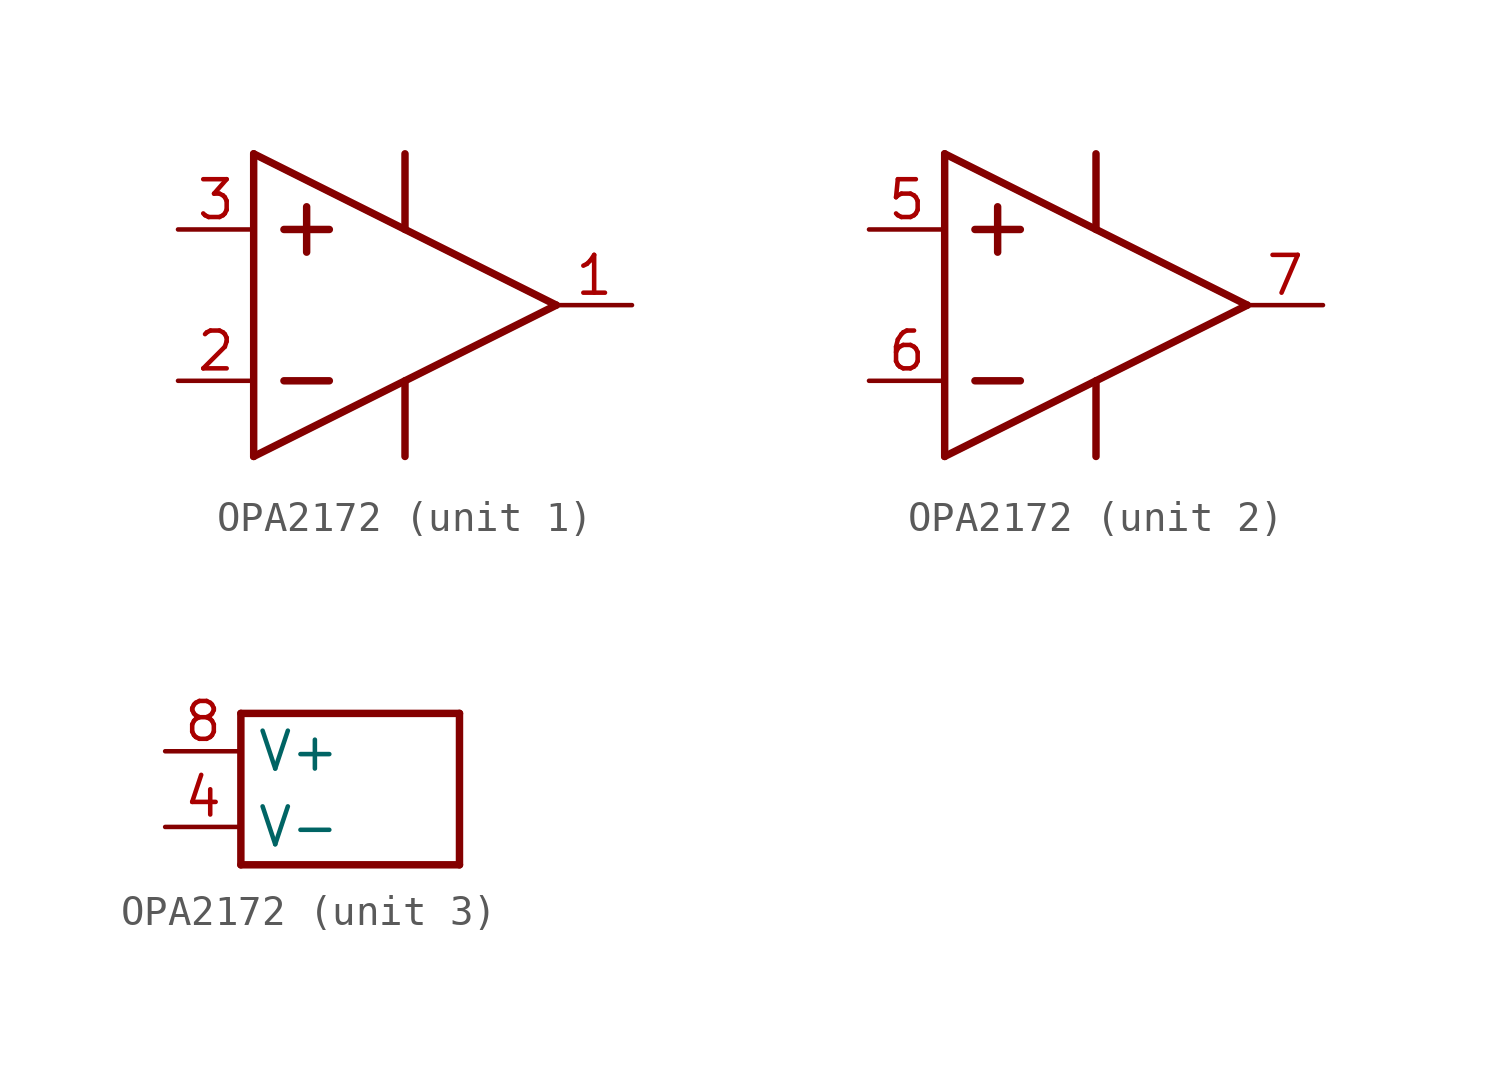
<source format=kicad_sym>
(kicad_symbol_lib
  (version 20231120)
  (generator "kicad_symbol_editor")
  (generator_version "8.0")
  (symbol "OPA2172"
    (property "Reference" "U"
      (at 0 0 0)
      (effects (font (size 1.27 1.27)) (hide yes)))
    (property "ki_locked" ""
      (at 0 0 0)
      (effects (font (size 1.27 1.27))))
    (symbol "OPA2172_1_0"
      (polyline (pts (xy -5.08 -5.08) (xy -5.08 5.08)) (stroke (width 0.25) (type solid)) (fill (type none)))
      (polyline (pts (xy -5.08 -5.08) (xy 5.08 0)) (stroke (width 0.25) (type solid)) (fill (type none)))
      (polyline (pts (xy -5.08 5.08) (xy 5.08 0)) (stroke (width 0.25) (type solid)) (fill (type none)))
      (polyline (pts (xy -4.064 -2.54) (xy -2.54 -2.54)) (stroke (width 0.25) (type solid)) (fill (type none)))
      (polyline (pts (xy -4.064 2.54) (xy -2.54 2.54)) (stroke (width 0.25) (type solid)) (fill (type none)))
      (polyline (pts (xy -3.302 1.778) (xy -3.302 3.302)) (stroke (width 0.25) (type solid)) (fill (type none)))
      (polyline (pts (xy 0 -5.08) (xy 0 -2.54)) (stroke (width 0.25) (type solid)) (fill (type none)))
      (polyline (pts (xy 0 2.54) (xy 0 5.08)) (stroke (width 0.25) (type solid)) (fill (type none)))
      (pin output line (at 7.62 0 180) (length 2.54) (name "OUT" (effects (font (size 0 0)))) (number "1" (effects (font (size 1.27 1.27)))))
      (pin input line (at -7.62 -2.54 0) (length 2.54) (name "IN-" (effects (font (size 0 0)))) (number "2" (effects (font (size 1.27 1.27)))))
      (pin input line (at -7.62 2.54 0) (length 2.54) (name "IN+" (effects (font (size 0 0)))) (number "3" (effects (font (size 1.27 1.27))))))
    (symbol "OPA2172_2_0"
      (polyline (pts (xy -5.08 -5.08) (xy -5.08 5.08)) (stroke (width 0.25) (type solid)) (fill (type none)))
      (polyline (pts (xy -5.08 -5.08) (xy 5.08 0)) (stroke (width 0.25) (type solid)) (fill (type none)))
      (polyline (pts (xy -5.08 5.08) (xy 5.08 0)) (stroke (width 0.25) (type solid)) (fill (type none)))
      (polyline (pts (xy -4.064 -2.54) (xy -2.54 -2.54)) (stroke (width 0.25) (type solid)) (fill (type none)))
      (polyline (pts (xy -4.064 2.54) (xy -2.54 2.54)) (stroke (width 0.25) (type solid)) (fill (type none)))
      (polyline (pts (xy -3.302 1.778) (xy -3.302 3.302)) (stroke (width 0.25) (type solid)) (fill (type none)))
      (polyline (pts (xy 0 -5.08) (xy 0 -2.54)) (stroke (width 0.25) (type solid)) (fill (type none)))
      (polyline (pts (xy 0 2.54) (xy 0 5.08)) (stroke (width 0.25) (type solid)) (fill (type none)))
      (pin input line (at -7.62 2.54 0) (length 2.54) (name "IN+" (effects (font (size 0 0)))) (number "5" (effects (font (size 1.27 1.27)))))
      (pin input line (at -7.62 -2.54 0) (length 2.54) (name "IN-" (effects (font (size 0 0)))) (number "6" (effects (font (size 1.27 1.27)))))
      (pin output line (at 7.62 0 180) (length 2.54) (name "OUT" (effects (font (size 0 0)))) (number "7" (effects (font (size 1.27 1.27))))))
    (symbol "OPA2172_3_0"
      (polyline (pts (xy -3.667 -2.54) (xy -3.667 2.54)) (stroke (width 0.25) (type solid)) (fill (type none)))
      (polyline (pts (xy -3.667 2.54) (xy 3.667 2.54)) (stroke (width 0.25) (type solid)) (fill (type none)))
      (polyline (pts (xy 3.667 -2.54) (xy -3.667 -2.54)) (stroke (width 0.25) (type solid)) (fill (type none)))
      (polyline (pts (xy 3.667 2.54) (xy 3.667 -2.54)) (stroke (width 0.25) (type solid)) (fill (type none)))
      (pin power_in line (at -6.207 -1.27 0) (length 2.54) (name "V-" (effects (font (size 1.27 1.27)))) (number "4" (effects (font (size 1.27 1.27)))))
      (pin power_in line (at -6.207 1.27 0) (length 2.54) (name "V+" (effects (font (size 1.27 1.27)))) (number "8" (effects (font (size 1.27 1.27))))))))
</source>
